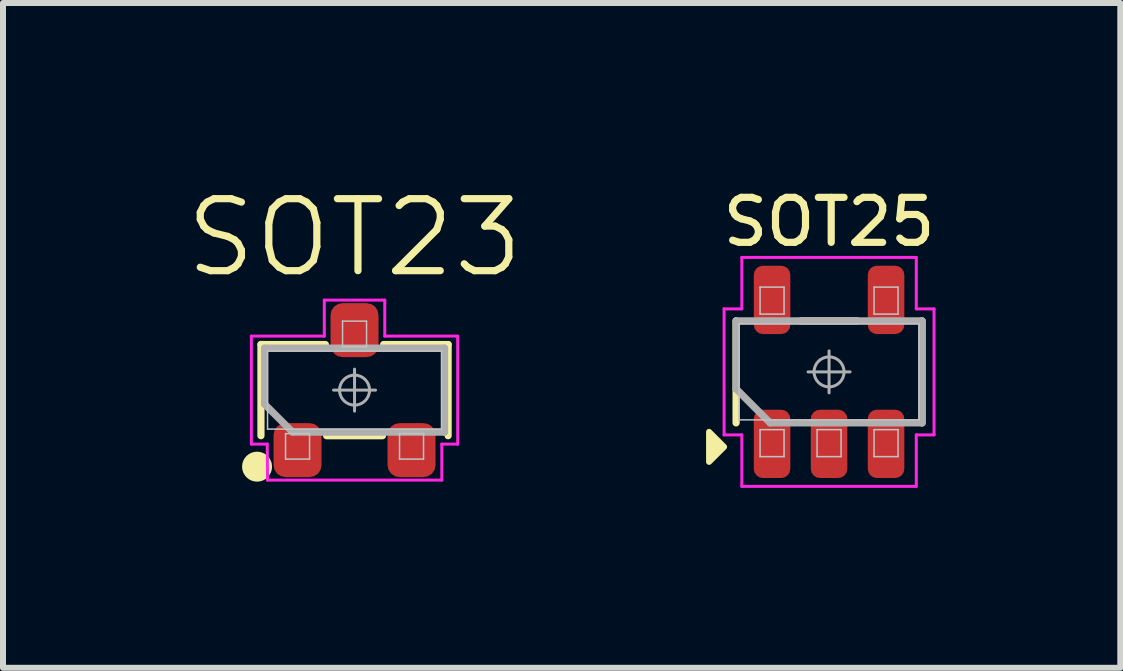
<source format=kicad_pcb>
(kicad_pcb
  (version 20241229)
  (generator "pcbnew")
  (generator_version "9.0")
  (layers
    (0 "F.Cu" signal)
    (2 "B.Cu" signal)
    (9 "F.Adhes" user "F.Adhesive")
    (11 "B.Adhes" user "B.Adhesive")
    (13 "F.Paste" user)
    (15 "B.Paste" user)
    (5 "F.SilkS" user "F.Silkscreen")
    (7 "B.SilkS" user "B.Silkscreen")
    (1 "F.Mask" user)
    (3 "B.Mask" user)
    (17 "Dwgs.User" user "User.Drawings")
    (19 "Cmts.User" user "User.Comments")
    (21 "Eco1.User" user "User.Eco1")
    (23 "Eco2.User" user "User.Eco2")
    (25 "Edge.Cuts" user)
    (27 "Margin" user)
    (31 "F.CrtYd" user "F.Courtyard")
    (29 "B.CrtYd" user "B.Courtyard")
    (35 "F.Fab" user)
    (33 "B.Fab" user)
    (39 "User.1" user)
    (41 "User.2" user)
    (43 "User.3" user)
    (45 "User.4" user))
  (footprint "SOT23"
    (layer "F.Cu")
    (at 2.86 3.453)
    (property "Reference" "SOT23" (at 0 -2.54 0) (layer "F.SilkS") (effects (font (size 1.2 1.2) (thickness 0.12))))
    (attr smd)
    (fp_line (start -1.56 -0.76) (end -0.485 -0.76) (stroke (width 0.12) (type solid)) (layer "F.SilkS"))
    (fp_line (start -1.56 0.76) (end -1.56 -0.76) (stroke (width 0.12) (type solid)) (layer "F.SilkS"))
    (fp_line (start 0.466 0.76) (end -0.466 0.76) (stroke (width 0.12) (type solid)) (layer "F.SilkS"))
    (fp_line (start 0.485 -0.76) (end 1.56 -0.76) (stroke (width 0.12) (type solid)) (layer "F.SilkS"))
    (fp_line (start 1.56 -0.76) (end 1.56 0.76) (stroke (width 0.12) (type solid)) (layer "F.SilkS"))
    (fp_circle (center -1.625 1.276) (end -1.625 1.401) (stroke (width 0.25) (type solid)) (fill no) (layer "F.SilkS"))
    (fp_line (start -1.45 -0.65) (end 1.45 -0.65) (stroke (width 0.025) (type solid)) (layer "Dwgs.User"))
    (fp_line (start -1.45 0.65) (end -1.45 -0.65) (stroke (width 0.025) (type solid)) (layer "Dwgs.User"))
    (fp_line (start -1.15 0.725) (end -0.75 0.725) (stroke (width 0.025) (type solid)) (layer "Dwgs.User"))
    (fp_line (start -1.15 1.15) (end -1.15 0.725) (stroke (width 0.025) (type solid)) (layer "Dwgs.User"))
    (fp_line (start -0.75 0.725) (end -0.75 1.15) (stroke (width 0.025) (type solid)) (layer "Dwgs.User"))
    (fp_line (start -0.75 1.15) (end -1.15 1.15) (stroke (width 0.025) (type solid)) (layer "Dwgs.User"))
    (fp_line (start -0.2 -1.15) (end 0.2 -1.15) (stroke (width 0.025) (type solid)) (layer "Dwgs.User"))
    (fp_line (start -0.2 -0.725) (end -0.2 -1.15) (stroke (width 0.025) (type solid)) (layer "Dwgs.User"))
    (fp_line (start 0.2 -1.15) (end 0.2 -0.725) (stroke (width 0.025) (type solid)) (layer "Dwgs.User"))
    (fp_line (start 0.2 -0.725) (end -0.2 -0.725) (stroke (width 0.025) (type solid)) (layer "Dwgs.User"))
    (fp_line (start 0.75 0.725) (end 1.15 0.725) (stroke (width 0.025) (type solid)) (layer "Dwgs.User"))
    (fp_line (start 0.75 1.15) (end 0.75 0.725) (stroke (width 0.025) (type solid)) (layer "Dwgs.User"))
    (fp_line (start 1.15 0.725) (end 1.15 1.15) (stroke (width 0.025) (type solid)) (layer "Dwgs.User"))
    (fp_line (start 1.15 1.15) (end 0.75 1.15) (stroke (width 0.025) (type solid)) (layer "Dwgs.User"))
    (fp_line (start 1.45 -0.65) (end 1.45 0.65) (stroke (width 0.025) (type solid)) (layer "Dwgs.User"))
    (fp_line (start 1.45 0.65) (end -1.45 0.65) (stroke (width 0.025) (type solid)) (layer "Dwgs.User"))
    (fp_line (start -1.72 -0.9) (end -1.72 0.9) (stroke (width 0.05) (type solid)) (layer "F.CrtYd"))
    (fp_line (start -1.72 0.9) (end -1.455 0.9) (stroke (width 0.05) (type solid)) (layer "F.CrtYd"))
    (fp_line (start -1.455 0.9) (end -1.45 1.5) (stroke (width 0.05) (type solid)) (layer "F.CrtYd"))
    (fp_line (start -1.45 1.5) (end 1.455 1.5) (stroke (width 0.05) (type solid)) (layer "F.CrtYd"))
    (fp_line (start -0.504 -1.5) (end -0.504 -0.9) (stroke (width 0.05) (type solid)) (layer "F.CrtYd"))
    (fp_line (start -0.504 -0.9) (end -1.72 -0.9) (stroke (width 0.05) (type solid)) (layer "F.CrtYd"))
    (fp_line (start 0.504 -1.5) (end -0.504 -1.5) (stroke (width 0.05) (type solid)) (layer "F.CrtYd"))
    (fp_line (start 0.504 -0.9) (end 0.504 -1.5) (stroke (width 0.05) (type solid)) (layer "F.CrtYd"))
    (fp_line (start 1.455 0.9) (end 1.72 0.9) (stroke (width 0.05) (type solid)) (layer "F.CrtYd"))
    (fp_line (start 1.455 1.5) (end 1.455 0.9) (stroke (width 0.05) (type solid)) (layer "F.CrtYd"))
    (fp_line (start 1.72 -0.9) (end 0.504 -0.9) (stroke (width 0.05) (type solid)) (layer "F.CrtYd"))
    (fp_line (start 1.72 0.9) (end 1.72 -0.9) (stroke (width 0.05) (type solid)) (layer "F.CrtYd"))
    (fp_line (start -1.5 -0.7) (end 1.5 -0.7) (stroke (width 0.12) (type solid)) (layer "F.Fab"))
    (fp_line (start -1.5 0.233) (end -1.5 -0.7) (stroke (width 0.12) (type solid)) (layer "F.Fab"))
    (fp_line (start -1.033 0.7) (end -1.5 0.233) (stroke (width 0.12) (type solid)) (layer "F.Fab"))
    (fp_line (start -0.35 0) (end 0.35 0) (stroke (width 0.05) (type solid)) (layer "F.Fab"))
    (fp_line (start 0 -0.35) (end 0 0.35) (stroke (width 0.05) (type solid)) (layer "F.Fab"))
    (fp_line (start 1.5 -0.7) (end 1.5 0.7) (stroke (width 0.12) (type solid)) (layer "F.Fab"))
    (fp_line (start 1.5 0.7) (end -1.033 0.7) (stroke (width 0.12) (type solid)) (layer "F.Fab"))
    (fp_circle (center 0 0) (end 0.25 0) (stroke (width 0.05) (type solid)) (fill no) (layer "F.Fab"))
    (pad "1" smd roundrect (at -0.95 1) (size 0.8 0.9) (layers "F.Cu" "F.Mask" "F.Paste") (roundrect_rratio 0.25))
    (pad "2" smd roundrect (at 0.95 1) (size 0.8 0.9) (layers "F.Cu" "F.Mask" "F.Paste") (roundrect_rratio 0.25))
    (pad "3" smd roundrect (at 0 -1) (size 0.8 0.9) (layers "F.Cu" "F.Mask" "F.Paste") (roundrect_rratio 0.25)))
  (footprint "SOT25"
    (layer "F.Cu")
    (at 10.77 3.149)
    (property "Reference" "SOT25" (at 0 -2.5 0) (layer "F.SilkS") (effects (font (size 0.75 0.75) (thickness 0.12))))
    (attr smd)
    (fp_line (start -1.55 0.85) (end -1.55 -0.85) (stroke (width 0.12) (type solid)) (layer "F.SilkS"))
    (fp_line (start 0.466 -0.85) (end -0.466 -0.85) (stroke (width 0.12) (type solid)) (layer "F.SilkS"))
    (fp_line (start 1.55 -0.85) (end 1.55 0.85) (stroke (width 0.12) (type solid)) (layer "F.SilkS"))
    (fp_poly (pts (xy -1.75 1.25) (xy -2 1.5) (xy -2 1)) (stroke (width 0.1) (type solid)) (fill yes) (layer "F.SilkS"))
    (fp_line (start -1.5 -0.8) (end 1.5 -0.8) (stroke (width 0.025) (type solid)) (layer "Dwgs.User"))
    (fp_line (start -1.5 0.8) (end -1.5 -0.8) (stroke (width 0.025) (type solid)) (layer "Dwgs.User"))
    (fp_line (start -1.15 -1.413) (end -0.75 -1.413) (stroke (width 0.025) (type solid)) (layer "Dwgs.User"))
    (fp_line (start -1.15 -0.963) (end -1.15 -1.413) (stroke (width 0.025) (type solid)) (layer "Dwgs.User"))
    (fp_line (start -1.15 0.963) (end -0.75 0.963) (stroke (width 0.025) (type solid)) (layer "Dwgs.User"))
    (fp_line (start -1.15 1.413) (end -1.15 0.963) (stroke (width 0.025) (type solid)) (layer "Dwgs.User"))
    (fp_line (start -0.75 -1.413) (end -0.75 -0.963) (stroke (width 0.025) (type solid)) (layer "Dwgs.User"))
    (fp_line (start -0.75 -0.963) (end -1.15 -0.963) (stroke (width 0.025) (type solid)) (layer "Dwgs.User"))
    (fp_line (start -0.75 0.963) (end -0.75 1.413) (stroke (width 0.025) (type solid)) (layer "Dwgs.User"))
    (fp_line (start -0.75 1.413) (end -1.15 1.413) (stroke (width 0.025) (type solid)) (layer "Dwgs.User"))
    (fp_line (start -0.2 0.963) (end 0.2 0.963) (stroke (width 0.025) (type solid)) (layer "Dwgs.User"))
    (fp_line (start -0.2 1.413) (end -0.2 0.963) (stroke (width 0.025) (type solid)) (layer "Dwgs.User"))
    (fp_line (start 0.2 0.963) (end 0.2 1.413) (stroke (width 0.025) (type solid)) (layer "Dwgs.User"))
    (fp_line (start 0.2 1.413) (end -0.2 1.413) (stroke (width 0.025) (type solid)) (layer "Dwgs.User"))
    (fp_line (start 0.75 -1.413) (end 1.15 -1.413) (stroke (width 0.025) (type solid)) (layer "Dwgs.User"))
    (fp_line (start 0.75 -0.963) (end 0.75 -1.413) (stroke (width 0.025) (type solid)) (layer "Dwgs.User"))
    (fp_line (start 0.75 0.963) (end 1.15 0.963) (stroke (width 0.025) (type solid)) (layer "Dwgs.User"))
    (fp_line (start 0.75 1.413) (end 0.75 0.963) (stroke (width 0.025) (type solid)) (layer "Dwgs.User"))
    (fp_line (start 1.15 -1.413) (end 1.15 -0.963) (stroke (width 0.025) (type solid)) (layer "Dwgs.User"))
    (fp_line (start 1.15 -0.963) (end 0.75 -0.963) (stroke (width 0.025) (type solid)) (layer "Dwgs.User"))
    (fp_line (start 1.15 0.963) (end 1.15 1.413) (stroke (width 0.025) (type solid)) (layer "Dwgs.User"))
    (fp_line (start 1.15 1.413) (end 0.75 1.413) (stroke (width 0.025) (type solid)) (layer "Dwgs.User"))
    (fp_line (start 1.5 -0.8) (end 1.5 0.8) (stroke (width 0.025) (type solid)) (layer "Dwgs.User"))
    (fp_line (start 1.5 0.8) (end -1.5 0.8) (stroke (width 0.025) (type solid)) (layer "Dwgs.User"))
    (fp_line (start -1.75 -1.05) (end -1.75 1.05) (stroke (width 0.05) (type solid)) (layer "F.CrtYd"))
    (fp_line (start -1.75 1.05) (end -1.454 1.05) (stroke (width 0.05) (type solid)) (layer "F.CrtYd"))
    (fp_line (start -1.454 -1.908) (end -1.454 -1.05) (stroke (width 0.05) (type solid)) (layer "F.CrtYd"))
    (fp_line (start -1.454 -1.05) (end -1.75 -1.05) (stroke (width 0.05) (type solid)) (layer "F.CrtYd"))
    (fp_line (start -1.454 1.05) (end -1.454 1.908) (stroke (width 0.05) (type solid)) (layer "F.CrtYd"))
    (fp_line (start -1.454 1.908) (end 1.454 1.908) (stroke (width 0.05) (type solid)) (layer "F.CrtYd"))
    (fp_line (start 1.454 -1.908) (end -1.454 -1.908) (stroke (width 0.05) (type solid)) (layer "F.CrtYd"))
    (fp_line (start 1.454 -1.05) (end 1.454 -1.908) (stroke (width 0.05) (type solid)) (layer "F.CrtYd"))
    (fp_line (start 1.454 1.05) (end 1.75 1.05) (stroke (width 0.05) (type solid)) (layer "F.CrtYd"))
    (fp_line (start 1.454 1.908) (end 1.454 1.05) (stroke (width 0.05) (type solid)) (layer "F.CrtYd"))
    (fp_line (start 1.75 -1.05) (end 1.454 -1.05) (stroke (width 0.05) (type solid)) (layer "F.CrtYd"))
    (fp_line (start 1.75 1.05) (end 1.75 -1.05) (stroke (width 0.05) (type solid)) (layer "F.CrtYd"))
    (fp_line (start -1.55 -0.85) (end 1.55 -0.85) (stroke (width 0.12) (type solid)) (layer "F.Fab"))
    (fp_line (start -1.55 0.283) (end -1.55 -0.85) (stroke (width 0.12) (type solid)) (layer "F.Fab"))
    (fp_line (start -0.983 0.85) (end -1.55 0.283) (stroke (width 0.12) (type solid)) (layer "F.Fab"))
    (fp_line (start -0.35 0) (end 0.35 0) (stroke (width 0.05) (type solid)) (layer "F.Fab"))
    (fp_line (start 0 -0.35) (end 0 0.35) (stroke (width 0.05) (type solid)) (layer "F.Fab"))
    (fp_line (start 1.55 -0.85) (end 1.55 0.85) (stroke (width 0.12) (type solid)) (layer "F.Fab"))
    (fp_line (start 1.55 0.85) (end -0.983 0.85) (stroke (width 0.12) (type solid)) (layer "F.Fab"))
    (fp_circle (center 0 0) (end 0.25 0) (stroke (width 0.05) (type solid)) (fill no) (layer "F.Fab"))
    (pad "1" smd roundrect (at -0.95 1.2 90) (size 1.139 0.609) (layers "F.Cu" "F.Mask" "F.Paste") (roundrect_rratio 0.25))
    (pad "2" smd roundrect (at 0 1.2 90) (size 1.139 0.609) (layers "F.Cu" "F.Mask" "F.Paste") (roundrect_rratio 0.25))
    (pad "3" smd roundrect (at 0.95 1.2 90) (size 1.139 0.609) (layers "F.Cu" "F.Mask" "F.Paste") (roundrect_rratio 0.25))
    (pad "4" smd roundrect (at 0.95 -1.2 90) (size 1.139 0.609) (layers "F.Cu" "F.Mask" "F.Paste") (roundrect_rratio 0.25))
    (pad "5" smd roundrect (at -0.95 -1.2 90) (size 1.139 0.609) (layers "F.Cu" "F.Mask" "F.Paste") (roundrect_rratio 0.25)))
  (gr_rect
    (start -3 -3)
    (end 15.625 8.082)
    (stroke (width 0.1) (type default))
    (fill no)
    (layer "Edge.Cuts")))
</source>
